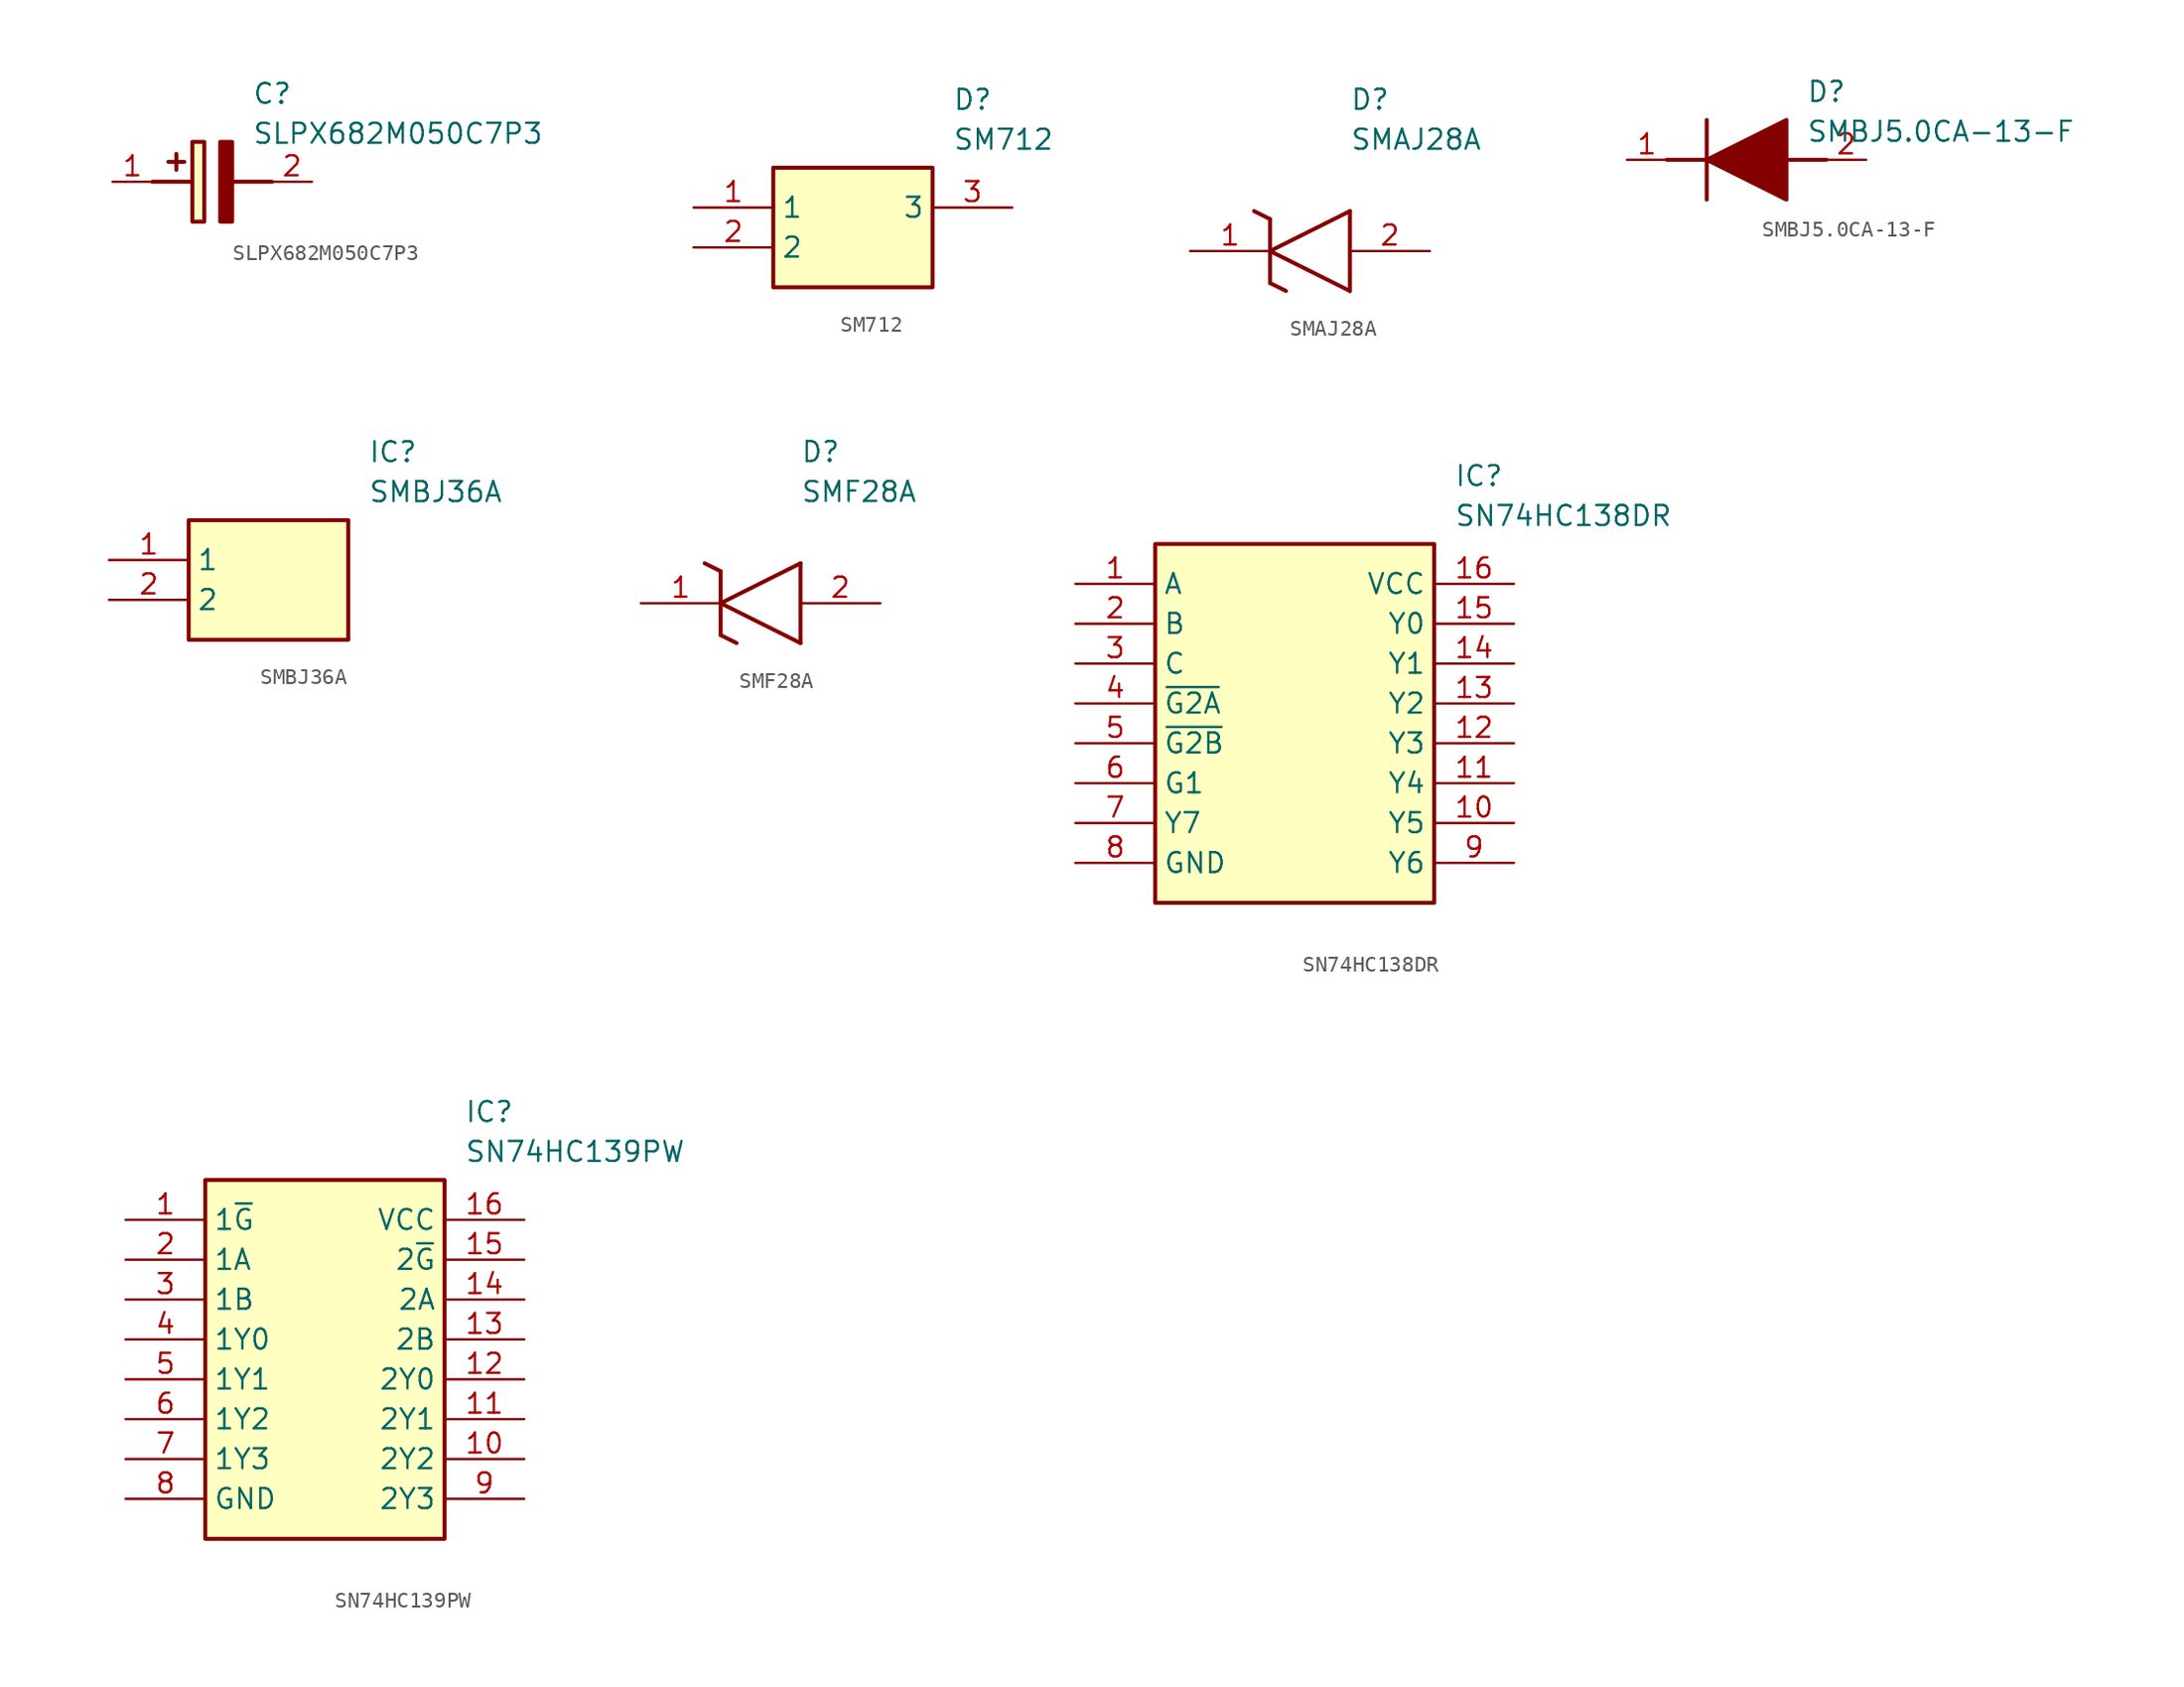
<source format=kicad_sym>
(kicad_symbol_lib
  (version 20231120)
  (generator "kicad_symbol_editor")
  (generator_version "8.0")
  (symbol "SLPX682M050C7P3"
    (pin_names hide)
    (property "Reference" "C"
      (at 8.89 6.35 0)
      (effects (font (size 1.27 1.27)) (justify left top)))
    (property "Value" "SLPX682M050C7P3"
      (at 8.89 3.81 0)
      (effects (font (size 1.27 1.27)) (justify left top)))
    (symbol "SLPX682M050C7P3_1_1"
      (polyline (pts (xy 2.54 0) (xy 5.08 0)) (stroke (width 0.254) (type default)) (fill (type none)))
      (polyline (pts (xy 4.064 1.778) (xy 4.064 0.762)) (stroke (width 0.254) (type default)) (fill (type none)))
      (polyline (pts (xy 4.572 1.27) (xy 3.556 1.27)) (stroke (width 0.254) (type default)) (fill (type none)))
      (polyline (pts (xy 7.62 0) (xy 10.16 0)) (stroke (width 0.254) (type default)) (fill (type none)))
      (polyline (pts (xy 7.62 2.54) (xy 7.62 -2.54) (xy 6.858 -2.54) (xy 6.858 2.54) (xy 7.62 2.54)) (stroke (width 0.254) (type default)) (fill (type outline)))
      (rectangle (start 5.08 2.54) (end 5.842 -2.54) (stroke (width 0.254) (type default)) (fill (type background)))
      (pin passive line (at 0 0 0) (length 2.54) (name "+" (effects (font (size 1.27 1.27)))) (number "1" (effects (font (size 1.27 1.27)))))
      (pin passive line (at 12.7 0 180) (length 2.54) (name "-" (effects (font (size 1.27 1.27)))) (number "2" (effects (font (size 1.27 1.27)))))))
  (symbol "SM712"
    (property "Reference" "D"
      (at 16.51 7.62 0)
      (effects (font (size 1.27 1.27)) (justify left top)))
    (property "Value" "SM712"
      (at 16.51 5.08 0)
      (effects (font (size 1.27 1.27)) (justify left top)))
    (symbol "SM712_1_1"
      (rectangle (start 5.08 2.54) (end 15.24 -5.08) (stroke (width 0.254) (type default)) (fill (type background)))
      (pin passive line (at 0 0 0) (length 5.08) (name "1" (effects (font (size 1.27 1.27)))) (number "1" (effects (font (size 1.27 1.27)))))
      (pin passive line (at 0 -2.54 0) (length 5.08) (name "2" (effects (font (size 1.27 1.27)))) (number "2" (effects (font (size 1.27 1.27)))))
      (pin passive line (at 20.32 0 180) (length 5.08) (name "3" (effects (font (size 1.27 1.27)))) (number "3" (effects (font (size 1.27 1.27)))))))
  (symbol "SMAJ28A"
    (pin_names hide)
    (property "Reference" "D"
      (at 10.16 8.89 0)
      (effects (font (size 1.27 1.27)) (justify left bottom)))
    (property "Value" "SMAJ28A"
      (at 10.16 6.35 0)
      (effects (font (size 1.27 1.27)) (justify left bottom)))
    (symbol "SMAJ28A_1_1"
      (polyline (pts (xy 4.064 2.54) (xy 5.08 2.032)) (stroke (width 0.254) (type default)) (fill (type none)))
      (polyline (pts (xy 5.08 -2.032) (xy 5.08 2.032)) (stroke (width 0.254) (type default)) (fill (type none)))
      (polyline (pts (xy 5.08 -2.032) (xy 6.096 -2.54)) (stroke (width 0.254) (type default)) (fill (type none)))
      (polyline (pts (xy 5.08 0) (xy 10.16 2.54)) (stroke (width 0.254) (type default)) (fill (type none)))
      (polyline (pts (xy 10.16 -2.54) (xy 5.08 0)) (stroke (width 0.254) (type default)) (fill (type none)))
      (polyline (pts (xy 10.16 -2.54) (xy 10.16 2.54)) (stroke (width 0.254) (type default)) (fill (type none)))
      (pin passive line (at 0 0 0) (length 5.08) (name "K" (effects (font (size 1.27 1.27)))) (number "1" (effects (font (size 1.27 1.27)))))
      (pin passive line (at 15.24 0 180) (length 5.08) (name "A" (effects (font (size 1.27 1.27)))) (number "2" (effects (font (size 1.27 1.27)))))))
  (symbol "SMBJ5.0CA-13-F"
    (pin_names hide)
    (property "Reference" "D"
      (at 11.43 5.08 0)
      (effects (font (size 1.27 1.27)) (justify left top)))
    (property "Value" "SMBJ5.0CA-13-F"
      (at 11.43 2.54 0)
      (effects (font (size 1.27 1.27)) (justify left top)))
    (symbol "SMBJ5.0CA-13-F_1_1"
      (polyline (pts (xy 2.54 0) (xy 5.08 0)) (stroke (width 0.254) (type default)) (fill (type none)))
      (polyline (pts (xy 5.08 2.54) (xy 5.08 -2.54)) (stroke (width 0.254) (type default)) (fill (type none)))
      (polyline (pts (xy 10.16 0) (xy 12.7 0)) (stroke (width 0.254) (type default)) (fill (type none)))
      (polyline (pts (xy 5.08 0) (xy 10.16 2.54) (xy 10.16 -2.54) (xy 5.08 0)) (stroke (width 0.254) (type default)) (fill (type outline)))
      (pin passive line (at 0 0 0) (length 2.54) (name "K" (effects (font (size 1.27 1.27)))) (number "1" (effects (font (size 1.27 1.27)))))
      (pin passive line (at 15.24 0 180) (length 2.54) (name "A" (effects (font (size 1.27 1.27)))) (number "2" (effects (font (size 1.27 1.27)))))))
  (symbol "SMBJ36A"
    (property "Reference" "IC"
      (at 16.51 7.62 0)
      (effects (font (size 1.27 1.27)) (justify left top)))
    (property "Value" "SMBJ36A"
      (at 16.51 5.08 0)
      (effects (font (size 1.27 1.27)) (justify left top)))
    (symbol "SMBJ36A_1_1"
      (rectangle (start 5.08 2.54) (end 15.24 -5.08) (stroke (width 0.254) (type default)) (fill (type background)))
      (pin passive line (at 0 0 0) (length 5.08) (name "1" (effects (font (size 1.27 1.27)))) (number "1" (effects (font (size 1.27 1.27)))))
      (pin passive line (at 0 -2.54 0) (length 5.08) (name "2" (effects (font (size 1.27 1.27)))) (number "2" (effects (font (size 1.27 1.27)))))))
  (symbol "SMF28A"
    (pin_names hide)
    (property "Reference" "D"
      (at 10.16 8.89 0)
      (effects (font (size 1.27 1.27)) (justify left bottom)))
    (property "Value" "SMF28A"
      (at 10.16 6.35 0)
      (effects (font (size 1.27 1.27)) (justify left bottom)))
    (symbol "SMF28A_1_1"
      (polyline (pts (xy 4.064 2.54) (xy 5.08 2.032)) (stroke (width 0.254) (type default)) (fill (type none)))
      (polyline (pts (xy 5.08 -2.032) (xy 5.08 2.032)) (stroke (width 0.254) (type default)) (fill (type none)))
      (polyline (pts (xy 5.08 -2.032) (xy 6.096 -2.54)) (stroke (width 0.254) (type default)) (fill (type none)))
      (polyline (pts (xy 5.08 0) (xy 10.16 2.54)) (stroke (width 0.254) (type default)) (fill (type none)))
      (polyline (pts (xy 10.16 -2.54) (xy 5.08 0)) (stroke (width 0.254) (type default)) (fill (type none)))
      (polyline (pts (xy 10.16 -2.54) (xy 10.16 2.54)) (stroke (width 0.254) (type default)) (fill (type none)))
      (pin bidirectional line (at 0 0 0) (length 5.08) (name "K" (effects (font (size 1.27 1.27)))) (number "1" (effects (font (size 1.27 1.27)))))
      (pin bidirectional line (at 15.24 0 180) (length 5.08) (name "A" (effects (font (size 1.27 1.27)))) (number "2" (effects (font (size 1.27 1.27)))))))
  (symbol "SN74HC138DR"
    (property "Reference" "IC"
      (at 24.13 7.62 0)
      (effects (font (size 1.27 1.27)) (justify left top)))
    (property "Value" "SN74HC138DR"
      (at 24.13 5.08 0)
      (effects (font (size 1.27 1.27)) (justify left top)))
    (symbol "SN74HC138DR_1_1"
      (rectangle (start 5.08 2.54) (end 22.86 -20.32) (stroke (width 0.254) (type default)) (fill (type background)))
      (pin passive line (at 0 0 0) (length 5.08) (name "A" (effects (font (size 1.27 1.27)))) (number "1" (effects (font (size 1.27 1.27)))))
      (pin passive line (at 27.94 -15.24 180) (length 5.08) (name "Y5" (effects (font (size 1.27 1.27)))) (number "10" (effects (font (size 1.27 1.27)))))
      (pin passive line (at 27.94 -12.7 180) (length 5.08) (name "Y4" (effects (font (size 1.27 1.27)))) (number "11" (effects (font (size 1.27 1.27)))))
      (pin passive line (at 27.94 -10.16 180) (length 5.08) (name "Y3" (effects (font (size 1.27 1.27)))) (number "12" (effects (font (size 1.27 1.27)))))
      (pin passive line (at 27.94 -7.62 180) (length 5.08) (name "Y2" (effects (font (size 1.27 1.27)))) (number "13" (effects (font (size 1.27 1.27)))))
      (pin passive line (at 27.94 -5.08 180) (length 5.08) (name "Y1" (effects (font (size 1.27 1.27)))) (number "14" (effects (font (size 1.27 1.27)))))
      (pin passive line (at 27.94 -2.54 180) (length 5.08) (name "Y0" (effects (font (size 1.27 1.27)))) (number "15" (effects (font (size 1.27 1.27)))))
      (pin passive line (at 27.94 0 180) (length 5.08) (name "VCC" (effects (font (size 1.27 1.27)))) (number "16" (effects (font (size 1.27 1.27)))))
      (pin passive line (at 0 -2.54 0) (length 5.08) (name "B" (effects (font (size 1.27 1.27)))) (number "2" (effects (font (size 1.27 1.27)))))
      (pin passive line (at 0 -5.08 0) (length 5.08) (name "C" (effects (font (size 1.27 1.27)))) (number "3" (effects (font (size 1.27 1.27)))))
      (pin passive line (at 0 -7.62 0) (length 5.08) (name "~{G2A}" (effects (font (size 1.27 1.27)))) (number "4" (effects (font (size 1.27 1.27)))))
      (pin passive line (at 0 -10.16 0) (length 5.08) (name "~{G2B}" (effects (font (size 1.27 1.27)))) (number "5" (effects (font (size 1.27 1.27)))))
      (pin passive line (at 0 -12.7 0) (length 5.08) (name "G1" (effects (font (size 1.27 1.27)))) (number "6" (effects (font (size 1.27 1.27)))))
      (pin passive line (at 0 -15.24 0) (length 5.08) (name "Y7" (effects (font (size 1.27 1.27)))) (number "7" (effects (font (size 1.27 1.27)))))
      (pin passive line (at 0 -17.78 0) (length 5.08) (name "GND" (effects (font (size 1.27 1.27)))) (number "8" (effects (font (size 1.27 1.27)))))
      (pin passive line (at 27.94 -17.78 180) (length 5.08) (name "Y6" (effects (font (size 1.27 1.27)))) (number "9" (effects (font (size 1.27 1.27)))))))
  (symbol "SN74HC139PW"
    (property "Reference" "IC"
      (at 21.59 7.62 0)
      (effects (font (size 1.27 1.27)) (justify left top)))
    (property "Value" "SN74HC139PW"
      (at 21.59 5.08 0)
      (effects (font (size 1.27 1.27)) (justify left top)))
    (symbol "SN74HC139PW_1_1"
      (rectangle (start 5.08 2.54) (end 20.32 -20.32) (stroke (width 0.254) (type default)) (fill (type background)))
      (pin passive line (at 0 0 0) (length 5.08) (name "1~{G}" (effects (font (size 1.27 1.27)))) (number "1" (effects (font (size 1.27 1.27)))))
      (pin passive line (at 25.4 -15.24 180) (length 5.08) (name "2Y2" (effects (font (size 1.27 1.27)))) (number "10" (effects (font (size 1.27 1.27)))))
      (pin passive line (at 25.4 -12.7 180) (length 5.08) (name "2Y1" (effects (font (size 1.27 1.27)))) (number "11" (effects (font (size 1.27 1.27)))))
      (pin passive line (at 25.4 -10.16 180) (length 5.08) (name "2Y0" (effects (font (size 1.27 1.27)))) (number "12" (effects (font (size 1.27 1.27)))))
      (pin passive line (at 25.4 -7.62 180) (length 5.08) (name "2B" (effects (font (size 1.27 1.27)))) (number "13" (effects (font (size 1.27 1.27)))))
      (pin passive line (at 25.4 -5.08 180) (length 5.08) (name "2A" (effects (font (size 1.27 1.27)))) (number "14" (effects (font (size 1.27 1.27)))))
      (pin passive line (at 25.4 -2.54 180) (length 5.08) (name "2~{G}" (effects (font (size 1.27 1.27)))) (number "15" (effects (font (size 1.27 1.27)))))
      (pin passive line (at 25.4 0 180) (length 5.08) (name "VCC" (effects (font (size 1.27 1.27)))) (number "16" (effects (font (size 1.27 1.27)))))
      (pin passive line (at 0 -2.54 0) (length 5.08) (name "1A" (effects (font (size 1.27 1.27)))) (number "2" (effects (font (size 1.27 1.27)))))
      (pin passive line (at 0 -5.08 0) (length 5.08) (name "1B" (effects (font (size 1.27 1.27)))) (number "3" (effects (font (size 1.27 1.27)))))
      (pin passive line (at 0 -7.62 0) (length 5.08) (name "1Y0" (effects (font (size 1.27 1.27)))) (number "4" (effects (font (size 1.27 1.27)))))
      (pin passive line (at 0 -10.16 0) (length 5.08) (name "1Y1" (effects (font (size 1.27 1.27)))) (number "5" (effects (font (size 1.27 1.27)))))
      (pin passive line (at 0 -12.7 0) (length 5.08) (name "1Y2" (effects (font (size 1.27 1.27)))) (number "6" (effects (font (size 1.27 1.27)))))
      (pin passive line (at 0 -15.24 0) (length 5.08) (name "1Y3" (effects (font (size 1.27 1.27)))) (number "7" (effects (font (size 1.27 1.27)))))
      (pin passive line (at 0 -17.78 0) (length 5.08) (name "GND" (effects (font (size 1.27 1.27)))) (number "8" (effects (font (size 1.27 1.27)))))
      (pin passive line (at 25.4 -17.78 180) (length 5.08) (name "2Y3" (effects (font (size 1.27 1.27)))) (number "9" (effects (font (size 1.27 1.27))))))))
</source>
